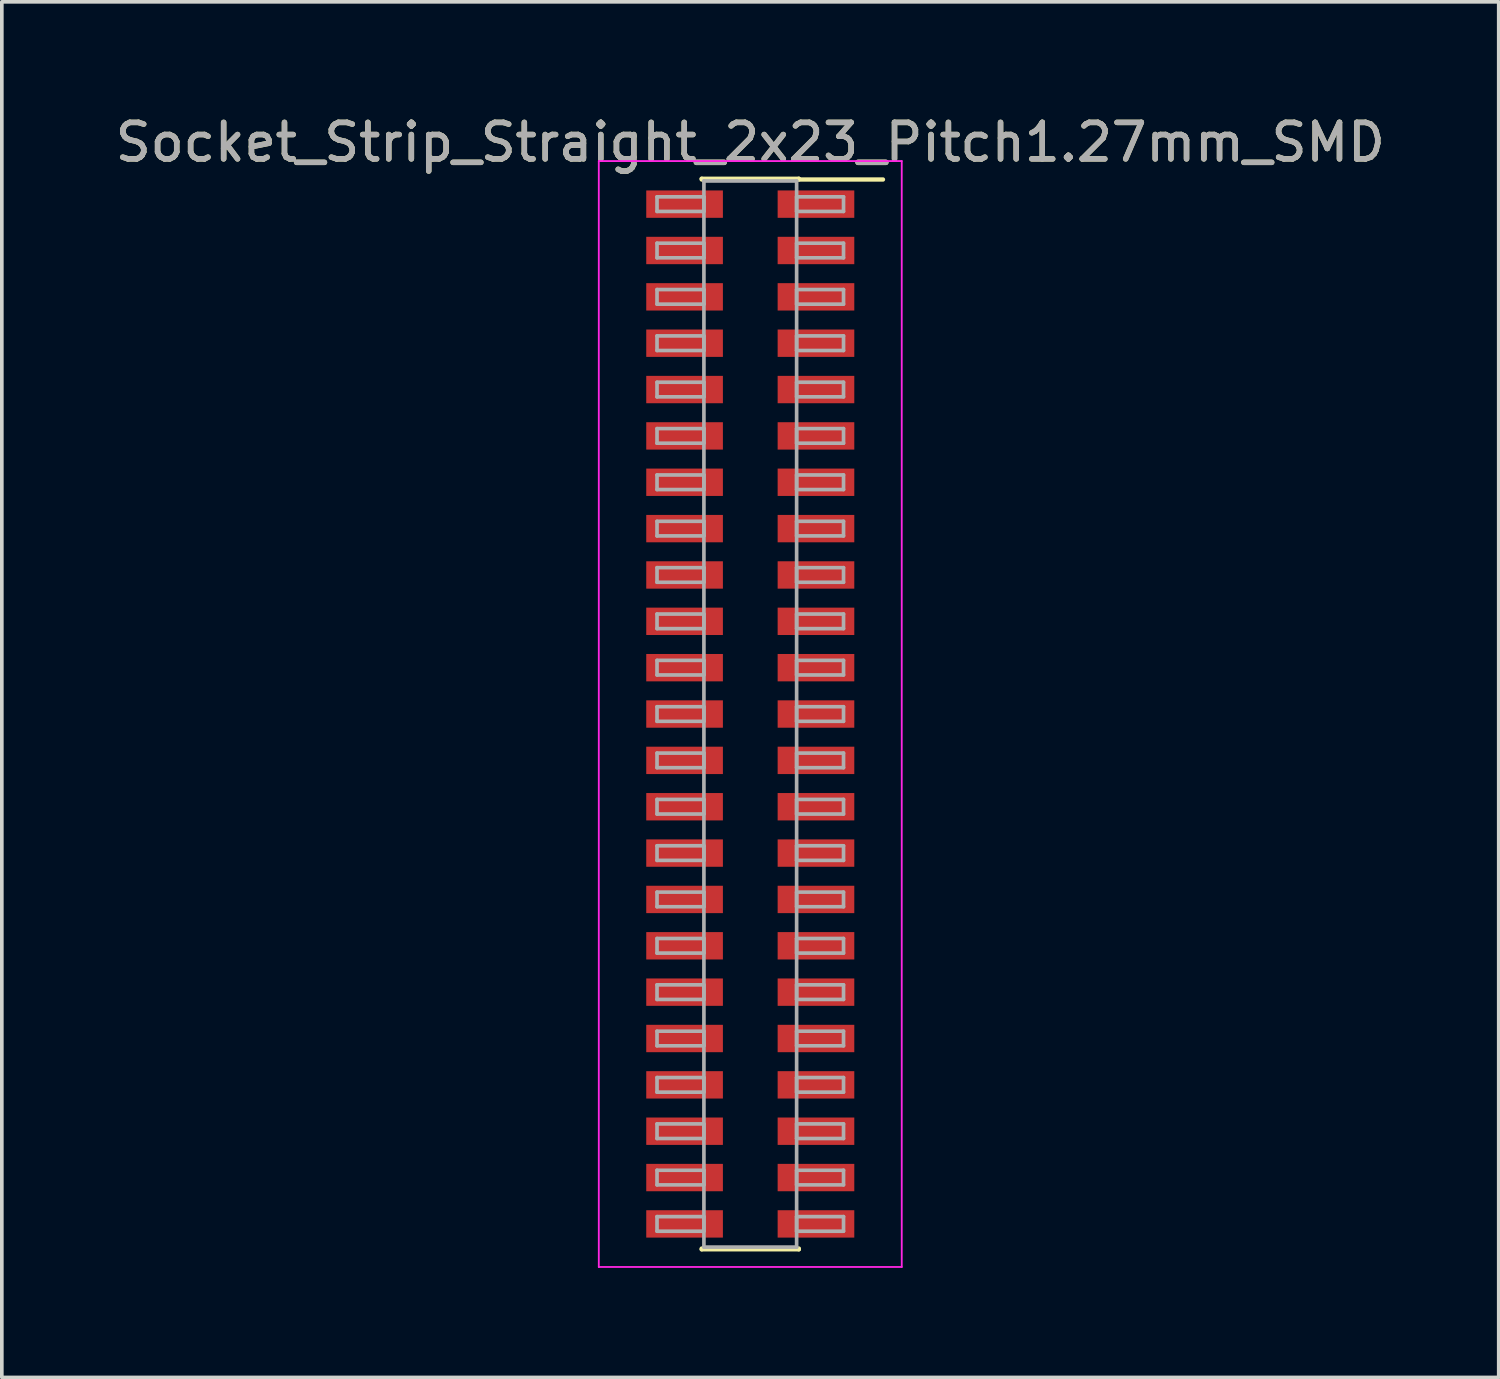
<source format=kicad_pcb>
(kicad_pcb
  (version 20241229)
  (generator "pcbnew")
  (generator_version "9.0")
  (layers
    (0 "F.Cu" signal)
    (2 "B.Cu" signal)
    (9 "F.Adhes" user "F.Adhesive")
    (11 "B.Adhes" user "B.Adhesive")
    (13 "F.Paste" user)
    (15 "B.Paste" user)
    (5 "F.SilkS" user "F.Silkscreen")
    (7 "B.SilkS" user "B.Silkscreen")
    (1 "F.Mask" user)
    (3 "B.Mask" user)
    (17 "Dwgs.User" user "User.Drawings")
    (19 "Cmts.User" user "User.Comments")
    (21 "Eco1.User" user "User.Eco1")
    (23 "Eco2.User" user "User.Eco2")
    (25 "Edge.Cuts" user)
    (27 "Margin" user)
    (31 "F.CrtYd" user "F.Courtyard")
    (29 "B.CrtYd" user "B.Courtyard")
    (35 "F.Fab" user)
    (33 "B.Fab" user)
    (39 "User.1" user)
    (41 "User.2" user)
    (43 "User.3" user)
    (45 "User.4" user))
  (footprint "Socket_Strip_Straight_2x23_Pitch1.27mm_SMD"
    (layer "F.Cu")
    (at 17.506 16.513)
    (property "Reference" "Socket_Strip_Straight_2x23_Pitch1.27mm_SMD" (at 0 -15.665 0) (layer "F.SilkS") (effects (font (size 1 1) (thickness 0.15))))
    (attr smd)
    (fp_line (start -1.33 -14.665) (end 1.33 -14.665) (stroke (width 0.12) (type solid)) (layer "F.SilkS"))
    (fp_line (start -1.33 -14.645) (end -1.33 -14.665) (stroke (width 0.12) (type solid)) (layer "F.SilkS"))
    (fp_line (start -1.33 14.645) (end -1.33 14.665) (stroke (width 0.12) (type solid)) (layer "F.SilkS"))
    (fp_line (start -1.33 14.665) (end 1.33 14.665) (stroke (width 0.12) (type solid)) (layer "F.SilkS"))
    (fp_line (start 1.33 -14.665) (end 1.33 -14.645) (stroke (width 0.12) (type solid)) (layer "F.SilkS"))
    (fp_line (start 1.33 14.665) (end 1.33 14.645) (stroke (width 0.12) (type solid)) (layer "F.SilkS"))
    (fp_line (start 3.635 -14.645) (end 1.33 -14.645) (stroke (width 0.12) (type solid)) (layer "F.SilkS"))
    (fp_line (start -4.15 -15.15) (end -4.15 15.15) (stroke (width 0.05) (type solid)) (layer "F.CrtYd"))
    (fp_line (start -4.15 15.15) (end 4.15 15.15) (stroke (width 0.05) (type solid)) (layer "F.CrtYd"))
    (fp_line (start 4.15 -15.15) (end -4.15 -15.15) (stroke (width 0.05) (type solid)) (layer "F.CrtYd"))
    (fp_line (start 4.15 15.15) (end 4.15 -15.15) (stroke (width 0.05) (type solid)) (layer "F.CrtYd"))
    (fp_line (start -2.555 -14.17) (end -1.27 -14.17) (stroke (width 0.1) (type solid)) (layer "F.Fab"))
    (fp_line (start -2.555 -13.77) (end -2.555 -14.17) (stroke (width 0.1) (type solid)) (layer "F.Fab"))
    (fp_line (start -2.555 -12.9) (end -1.27 -12.9) (stroke (width 0.1) (type solid)) (layer "F.Fab"))
    (fp_line (start -2.555 -12.5) (end -2.555 -12.9) (stroke (width 0.1) (type solid)) (layer "F.Fab"))
    (fp_line (start -2.555 -11.63) (end -1.27 -11.63) (stroke (width 0.1) (type solid)) (layer "F.Fab"))
    (fp_line (start -2.555 -11.23) (end -2.555 -11.63) (stroke (width 0.1) (type solid)) (layer "F.Fab"))
    (fp_line (start -2.555 -10.36) (end -1.27 -10.36) (stroke (width 0.1) (type solid)) (layer "F.Fab"))
    (fp_line (start -2.555 -9.96) (end -2.555 -10.36) (stroke (width 0.1) (type solid)) (layer "F.Fab"))
    (fp_line (start -2.555 -9.09) (end -1.27 -9.09) (stroke (width 0.1) (type solid)) (layer "F.Fab"))
    (fp_line (start -2.555 -8.69) (end -2.555 -9.09) (stroke (width 0.1) (type solid)) (layer "F.Fab"))
    (fp_line (start -2.555 -7.82) (end -1.27 -7.82) (stroke (width 0.1) (type solid)) (layer "F.Fab"))
    (fp_line (start -2.555 -7.42) (end -2.555 -7.82) (stroke (width 0.1) (type solid)) (layer "F.Fab"))
    (fp_line (start -2.555 -6.55) (end -1.27 -6.55) (stroke (width 0.1) (type solid)) (layer "F.Fab"))
    (fp_line (start -2.555 -6.15) (end -2.555 -6.55) (stroke (width 0.1) (type solid)) (layer "F.Fab"))
    (fp_line (start -2.555 -5.28) (end -1.27 -5.28) (stroke (width 0.1) (type solid)) (layer "F.Fab"))
    (fp_line (start -2.555 -4.88) (end -2.555 -5.28) (stroke (width 0.1) (type solid)) (layer "F.Fab"))
    (fp_line (start -2.555 -4.01) (end -1.27 -4.01) (stroke (width 0.1) (type solid)) (layer "F.Fab"))
    (fp_line (start -2.555 -3.61) (end -2.555 -4.01) (stroke (width 0.1) (type solid)) (layer "F.Fab"))
    (fp_line (start -2.555 -2.74) (end -1.27 -2.74) (stroke (width 0.1) (type solid)) (layer "F.Fab"))
    (fp_line (start -2.555 -2.34) (end -2.555 -2.74) (stroke (width 0.1) (type solid)) (layer "F.Fab"))
    (fp_line (start -2.555 -1.47) (end -1.27 -1.47) (stroke (width 0.1) (type solid)) (layer "F.Fab"))
    (fp_line (start -2.555 -1.07) (end -2.555 -1.47) (stroke (width 0.1) (type solid)) (layer "F.Fab"))
    (fp_line (start -2.555 -0.2) (end -1.27 -0.2) (stroke (width 0.1) (type solid)) (layer "F.Fab"))
    (fp_line (start -2.555 0.2) (end -2.555 -0.2) (stroke (width 0.1) (type solid)) (layer "F.Fab"))
    (fp_line (start -2.555 1.07) (end -1.27 1.07) (stroke (width 0.1) (type solid)) (layer "F.Fab"))
    (fp_line (start -2.555 1.47) (end -2.555 1.07) (stroke (width 0.1) (type solid)) (layer "F.Fab"))
    (fp_line (start -2.555 2.34) (end -1.27 2.34) (stroke (width 0.1) (type solid)) (layer "F.Fab"))
    (fp_line (start -2.555 2.74) (end -2.555 2.34) (stroke (width 0.1) (type solid)) (layer "F.Fab"))
    (fp_line (start -2.555 3.61) (end -1.27 3.61) (stroke (width 0.1) (type solid)) (layer "F.Fab"))
    (fp_line (start -2.555 4.01) (end -2.555 3.61) (stroke (width 0.1) (type solid)) (layer "F.Fab"))
    (fp_line (start -2.555 4.88) (end -1.27 4.88) (stroke (width 0.1) (type solid)) (layer "F.Fab"))
    (fp_line (start -2.555 5.28) (end -2.555 4.88) (stroke (width 0.1) (type solid)) (layer "F.Fab"))
    (fp_line (start -2.555 6.15) (end -1.27 6.15) (stroke (width 0.1) (type solid)) (layer "F.Fab"))
    (fp_line (start -2.555 6.55) (end -2.555 6.15) (stroke (width 0.1) (type solid)) (layer "F.Fab"))
    (fp_line (start -2.555 7.42) (end -1.27 7.42) (stroke (width 0.1) (type solid)) (layer "F.Fab"))
    (fp_line (start -2.555 7.82) (end -2.555 7.42) (stroke (width 0.1) (type solid)) (layer "F.Fab"))
    (fp_line (start -2.555 8.69) (end -1.27 8.69) (stroke (width 0.1) (type solid)) (layer "F.Fab"))
    (fp_line (start -2.555 9.09) (end -2.555 8.69) (stroke (width 0.1) (type solid)) (layer "F.Fab"))
    (fp_line (start -2.555 9.96) (end -1.27 9.96) (stroke (width 0.1) (type solid)) (layer "F.Fab"))
    (fp_line (start -2.555 10.36) (end -2.555 9.96) (stroke (width 0.1) (type solid)) (layer "F.Fab"))
    (fp_line (start -2.555 11.23) (end -1.27 11.23) (stroke (width 0.1) (type solid)) (layer "F.Fab"))
    (fp_line (start -2.555 11.63) (end -2.555 11.23) (stroke (width 0.1) (type solid)) (layer "F.Fab"))
    (fp_line (start -2.555 12.5) (end -1.27 12.5) (stroke (width 0.1) (type solid)) (layer "F.Fab"))
    (fp_line (start -2.555 12.9) (end -2.555 12.5) (stroke (width 0.1) (type solid)) (layer "F.Fab"))
    (fp_line (start -2.555 13.77) (end -1.27 13.77) (stroke (width 0.1) (type solid)) (layer "F.Fab"))
    (fp_line (start -2.555 14.17) (end -2.555 13.77) (stroke (width 0.1) (type solid)) (layer "F.Fab"))
    (fp_line (start -1.27 -14.605) (end -1.27 14.605) (stroke (width 0.1) (type solid)) (layer "F.Fab"))
    (fp_line (start -1.27 -14.17) (end -1.27 -13.77) (stroke (width 0.1) (type solid)) (layer "F.Fab"))
    (fp_line (start -1.27 -13.77) (end -2.555 -13.77) (stroke (width 0.1) (type solid)) (layer "F.Fab"))
    (fp_line (start -1.27 -12.9) (end -1.27 -12.5) (stroke (width 0.1) (type solid)) (layer "F.Fab"))
    (fp_line (start -1.27 -12.5) (end -2.555 -12.5) (stroke (width 0.1) (type solid)) (layer "F.Fab"))
    (fp_line (start -1.27 -11.63) (end -1.27 -11.23) (stroke (width 0.1) (type solid)) (layer "F.Fab"))
    (fp_line (start -1.27 -11.23) (end -2.555 -11.23) (stroke (width 0.1) (type solid)) (layer "F.Fab"))
    (fp_line (start -1.27 -10.36) (end -1.27 -9.96) (stroke (width 0.1) (type solid)) (layer "F.Fab"))
    (fp_line (start -1.27 -9.96) (end -2.555 -9.96) (stroke (width 0.1) (type solid)) (layer "F.Fab"))
    (fp_line (start -1.27 -9.09) (end -1.27 -8.69) (stroke (width 0.1) (type solid)) (layer "F.Fab"))
    (fp_line (start -1.27 -8.69) (end -2.555 -8.69) (stroke (width 0.1) (type solid)) (layer "F.Fab"))
    (fp_line (start -1.27 -7.82) (end -1.27 -7.42) (stroke (width 0.1) (type solid)) (layer "F.Fab"))
    (fp_line (start -1.27 -7.42) (end -2.555 -7.42) (stroke (width 0.1) (type solid)) (layer "F.Fab"))
    (fp_line (start -1.27 -6.55) (end -1.27 -6.15) (stroke (width 0.1) (type solid)) (layer "F.Fab"))
    (fp_line (start -1.27 -6.15) (end -2.555 -6.15) (stroke (width 0.1) (type solid)) (layer "F.Fab"))
    (fp_line (start -1.27 -5.28) (end -1.27 -4.88) (stroke (width 0.1) (type solid)) (layer "F.Fab"))
    (fp_line (start -1.27 -4.88) (end -2.555 -4.88) (stroke (width 0.1) (type solid)) (layer "F.Fab"))
    (fp_line (start -1.27 -4.01) (end -1.27 -3.61) (stroke (width 0.1) (type solid)) (layer "F.Fab"))
    (fp_line (start -1.27 -3.61) (end -2.555 -3.61) (stroke (width 0.1) (type solid)) (layer "F.Fab"))
    (fp_line (start -1.27 -2.74) (end -1.27 -2.34) (stroke (width 0.1) (type solid)) (layer "F.Fab"))
    (fp_line (start -1.27 -2.34) (end -2.555 -2.34) (stroke (width 0.1) (type solid)) (layer "F.Fab"))
    (fp_line (start -1.27 -1.47) (end -1.27 -1.07) (stroke (width 0.1) (type solid)) (layer "F.Fab"))
    (fp_line (start -1.27 -1.07) (end -2.555 -1.07) (stroke (width 0.1) (type solid)) (layer "F.Fab"))
    (fp_line (start -1.27 -0.2) (end -1.27 0.2) (stroke (width 0.1) (type solid)) (layer "F.Fab"))
    (fp_line (start -1.27 0.2) (end -2.555 0.2) (stroke (width 0.1) (type solid)) (layer "F.Fab"))
    (fp_line (start -1.27 1.07) (end -1.27 1.47) (stroke (width 0.1) (type solid)) (layer "F.Fab"))
    (fp_line (start -1.27 1.47) (end -2.555 1.47) (stroke (width 0.1) (type solid)) (layer "F.Fab"))
    (fp_line (start -1.27 2.34) (end -1.27 2.74) (stroke (width 0.1) (type solid)) (layer "F.Fab"))
    (fp_line (start -1.27 2.74) (end -2.555 2.74) (stroke (width 0.1) (type solid)) (layer "F.Fab"))
    (fp_line (start -1.27 3.61) (end -1.27 4.01) (stroke (width 0.1) (type solid)) (layer "F.Fab"))
    (fp_line (start -1.27 4.01) (end -2.555 4.01) (stroke (width 0.1) (type solid)) (layer "F.Fab"))
    (fp_line (start -1.27 4.88) (end -1.27 5.28) (stroke (width 0.1) (type solid)) (layer "F.Fab"))
    (fp_line (start -1.27 5.28) (end -2.555 5.28) (stroke (width 0.1) (type solid)) (layer "F.Fab"))
    (fp_line (start -1.27 6.15) (end -1.27 6.55) (stroke (width 0.1) (type solid)) (layer "F.Fab"))
    (fp_line (start -1.27 6.55) (end -2.555 6.55) (stroke (width 0.1) (type solid)) (layer "F.Fab"))
    (fp_line (start -1.27 7.42) (end -1.27 7.82) (stroke (width 0.1) (type solid)) (layer "F.Fab"))
    (fp_line (start -1.27 7.82) (end -2.555 7.82) (stroke (width 0.1) (type solid)) (layer "F.Fab"))
    (fp_line (start -1.27 8.69) (end -1.27 9.09) (stroke (width 0.1) (type solid)) (layer "F.Fab"))
    (fp_line (start -1.27 9.09) (end -2.555 9.09) (stroke (width 0.1) (type solid)) (layer "F.Fab"))
    (fp_line (start -1.27 9.96) (end -1.27 10.36) (stroke (width 0.1) (type solid)) (layer "F.Fab"))
    (fp_line (start -1.27 10.36) (end -2.555 10.36) (stroke (width 0.1) (type solid)) (layer "F.Fab"))
    (fp_line (start -1.27 11.23) (end -1.27 11.63) (stroke (width 0.1) (type solid)) (layer "F.Fab"))
    (fp_line (start -1.27 11.63) (end -2.555 11.63) (stroke (width 0.1) (type solid)) (layer "F.Fab"))
    (fp_line (start -1.27 12.5) (end -1.27 12.9) (stroke (width 0.1) (type solid)) (layer "F.Fab"))
    (fp_line (start -1.27 12.9) (end -2.555 12.9) (stroke (width 0.1) (type solid)) (layer "F.Fab"))
    (fp_line (start -1.27 13.77) (end -1.27 14.17) (stroke (width 0.1) (type solid)) (layer "F.Fab"))
    (fp_line (start -1.27 14.17) (end -2.555 14.17) (stroke (width 0.1) (type solid)) (layer "F.Fab"))
    (fp_line (start -1.27 14.605) (end 1.27 14.605) (stroke (width 0.1) (type solid)) (layer "F.Fab"))
    (fp_line (start 1.27 -14.605) (end -1.27 -14.605) (stroke (width 0.1) (type solid)) (layer "F.Fab"))
    (fp_line (start 1.27 -14.17) (end 1.27 -13.77) (stroke (width 0.1) (type solid)) (layer "F.Fab"))
    (fp_line (start 1.27 -13.77) (end 2.555 -13.77) (stroke (width 0.1) (type solid)) (layer "F.Fab"))
    (fp_line (start 1.27 -12.9) (end 1.27 -12.5) (stroke (width 0.1) (type solid)) (layer "F.Fab"))
    (fp_line (start 1.27 -12.5) (end 2.555 -12.5) (stroke (width 0.1) (type solid)) (layer "F.Fab"))
    (fp_line (start 1.27 -11.63) (end 1.27 -11.23) (stroke (width 0.1) (type solid)) (layer "F.Fab"))
    (fp_line (start 1.27 -11.23) (end 2.555 -11.23) (stroke (width 0.1) (type solid)) (layer "F.Fab"))
    (fp_line (start 1.27 -10.36) (end 1.27 -9.96) (stroke (width 0.1) (type solid)) (layer "F.Fab"))
    (fp_line (start 1.27 -9.96) (end 2.555 -9.96) (stroke (width 0.1) (type solid)) (layer "F.Fab"))
    (fp_line (start 1.27 -9.09) (end 1.27 -8.69) (stroke (width 0.1) (type solid)) (layer "F.Fab"))
    (fp_line (start 1.27 -8.69) (end 2.555 -8.69) (stroke (width 0.1) (type solid)) (layer "F.Fab"))
    (fp_line (start 1.27 -7.82) (end 1.27 -7.42) (stroke (width 0.1) (type solid)) (layer "F.Fab"))
    (fp_line (start 1.27 -7.42) (end 2.555 -7.42) (stroke (width 0.1) (type solid)) (layer "F.Fab"))
    (fp_line (start 1.27 -6.55) (end 1.27 -6.15) (stroke (width 0.1) (type solid)) (layer "F.Fab"))
    (fp_line (start 1.27 -6.15) (end 2.555 -6.15) (stroke (width 0.1) (type solid)) (layer "F.Fab"))
    (fp_line (start 1.27 -5.28) (end 1.27 -4.88) (stroke (width 0.1) (type solid)) (layer "F.Fab"))
    (fp_line (start 1.27 -4.88) (end 2.555 -4.88) (stroke (width 0.1) (type solid)) (layer "F.Fab"))
    (fp_line (start 1.27 -4.01) (end 1.27 -3.61) (stroke (width 0.1) (type solid)) (layer "F.Fab"))
    (fp_line (start 1.27 -3.61) (end 2.555 -3.61) (stroke (width 0.1) (type solid)) (layer "F.Fab"))
    (fp_line (start 1.27 -2.74) (end 1.27 -2.34) (stroke (width 0.1) (type solid)) (layer "F.Fab"))
    (fp_line (start 1.27 -2.34) (end 2.555 -2.34) (stroke (width 0.1) (type solid)) (layer "F.Fab"))
    (fp_line (start 1.27 -1.47) (end 1.27 -1.07) (stroke (width 0.1) (type solid)) (layer "F.Fab"))
    (fp_line (start 1.27 -1.07) (end 2.555 -1.07) (stroke (width 0.1) (type solid)) (layer "F.Fab"))
    (fp_line (start 1.27 -0.2) (end 1.27 0.2) (stroke (width 0.1) (type solid)) (layer "F.Fab"))
    (fp_line (start 1.27 0.2) (end 2.555 0.2) (stroke (width 0.1) (type solid)) (layer "F.Fab"))
    (fp_line (start 1.27 1.07) (end 1.27 1.47) (stroke (width 0.1) (type solid)) (layer "F.Fab"))
    (fp_line (start 1.27 1.47) (end 2.555 1.47) (stroke (width 0.1) (type solid)) (layer "F.Fab"))
    (fp_line (start 1.27 2.34) (end 1.27 2.74) (stroke (width 0.1) (type solid)) (layer "F.Fab"))
    (fp_line (start 1.27 2.74) (end 2.555 2.74) (stroke (width 0.1) (type solid)) (layer "F.Fab"))
    (fp_line (start 1.27 3.61) (end 1.27 4.01) (stroke (width 0.1) (type solid)) (layer "F.Fab"))
    (fp_line (start 1.27 4.01) (end 2.555 4.01) (stroke (width 0.1) (type solid)) (layer "F.Fab"))
    (fp_line (start 1.27 4.88) (end 1.27 5.28) (stroke (width 0.1) (type solid)) (layer "F.Fab"))
    (fp_line (start 1.27 5.28) (end 2.555 5.28) (stroke (width 0.1) (type solid)) (layer "F.Fab"))
    (fp_line (start 1.27 6.15) (end 1.27 6.55) (stroke (width 0.1) (type solid)) (layer "F.Fab"))
    (fp_line (start 1.27 6.55) (end 2.555 6.55) (stroke (width 0.1) (type solid)) (layer "F.Fab"))
    (fp_line (start 1.27 7.42) (end 1.27 7.82) (stroke (width 0.1) (type solid)) (layer "F.Fab"))
    (fp_line (start 1.27 7.82) (end 2.555 7.82) (stroke (width 0.1) (type solid)) (layer "F.Fab"))
    (fp_line (start 1.27 8.69) (end 1.27 9.09) (stroke (width 0.1) (type solid)) (layer "F.Fab"))
    (fp_line (start 1.27 9.09) (end 2.555 9.09) (stroke (width 0.1) (type solid)) (layer "F.Fab"))
    (fp_line (start 1.27 9.96) (end 1.27 10.36) (stroke (width 0.1) (type solid)) (layer "F.Fab"))
    (fp_line (start 1.27 10.36) (end 2.555 10.36) (stroke (width 0.1) (type solid)) (layer "F.Fab"))
    (fp_line (start 1.27 11.23) (end 1.27 11.63) (stroke (width 0.1) (type solid)) (layer "F.Fab"))
    (fp_line (start 1.27 11.63) (end 2.555 11.63) (stroke (width 0.1) (type solid)) (layer "F.Fab"))
    (fp_line (start 1.27 12.5) (end 1.27 12.9) (stroke (width 0.1) (type solid)) (layer "F.Fab"))
    (fp_line (start 1.27 12.9) (end 2.555 12.9) (stroke (width 0.1) (type solid)) (layer "F.Fab"))
    (fp_line (start 1.27 13.77) (end 1.27 14.17) (stroke (width 0.1) (type solid)) (layer "F.Fab"))
    (fp_line (start 1.27 14.17) (end 2.555 14.17) (stroke (width 0.1) (type solid)) (layer "F.Fab"))
    (fp_line (start 1.27 14.605) (end 1.27 -14.605) (stroke (width 0.1) (type solid)) (layer "F.Fab"))
    (fp_line (start 2.555 -14.17) (end 1.27 -14.17) (stroke (width 0.1) (type solid)) (layer "F.Fab"))
    (fp_line (start 2.555 -13.77) (end 2.555 -14.17) (stroke (width 0.1) (type solid)) (layer "F.Fab"))
    (fp_line (start 2.555 -12.9) (end 1.27 -12.9) (stroke (width 0.1) (type solid)) (layer "F.Fab"))
    (fp_line (start 2.555 -12.5) (end 2.555 -12.9) (stroke (width 0.1) (type solid)) (layer "F.Fab"))
    (fp_line (start 2.555 -11.63) (end 1.27 -11.63) (stroke (width 0.1) (type solid)) (layer "F.Fab"))
    (fp_line (start 2.555 -11.23) (end 2.555 -11.63) (stroke (width 0.1) (type solid)) (layer "F.Fab"))
    (fp_line (start 2.555 -10.36) (end 1.27 -10.36) (stroke (width 0.1) (type solid)) (layer "F.Fab"))
    (fp_line (start 2.555 -9.96) (end 2.555 -10.36) (stroke (width 0.1) (type solid)) (layer "F.Fab"))
    (fp_line (start 2.555 -9.09) (end 1.27 -9.09) (stroke (width 0.1) (type solid)) (layer "F.Fab"))
    (fp_line (start 2.555 -8.69) (end 2.555 -9.09) (stroke (width 0.1) (type solid)) (layer "F.Fab"))
    (fp_line (start 2.555 -7.82) (end 1.27 -7.82) (stroke (width 0.1) (type solid)) (layer "F.Fab"))
    (fp_line (start 2.555 -7.42) (end 2.555 -7.82) (stroke (width 0.1) (type solid)) (layer "F.Fab"))
    (fp_line (start 2.555 -6.55) (end 1.27 -6.55) (stroke (width 0.1) (type solid)) (layer "F.Fab"))
    (fp_line (start 2.555 -6.15) (end 2.555 -6.55) (stroke (width 0.1) (type solid)) (layer "F.Fab"))
    (fp_line (start 2.555 -5.28) (end 1.27 -5.28) (stroke (width 0.1) (type solid)) (layer "F.Fab"))
    (fp_line (start 2.555 -4.88) (end 2.555 -5.28) (stroke (width 0.1) (type solid)) (layer "F.Fab"))
    (fp_line (start 2.555 -4.01) (end 1.27 -4.01) (stroke (width 0.1) (type solid)) (layer "F.Fab"))
    (fp_line (start 2.555 -3.61) (end 2.555 -4.01) (stroke (width 0.1) (type solid)) (layer "F.Fab"))
    (fp_line (start 2.555 -2.74) (end 1.27 -2.74) (stroke (width 0.1) (type solid)) (layer "F.Fab"))
    (fp_line (start 2.555 -2.34) (end 2.555 -2.74) (stroke (width 0.1) (type solid)) (layer "F.Fab"))
    (fp_line (start 2.555 -1.47) (end 1.27 -1.47) (stroke (width 0.1) (type solid)) (layer "F.Fab"))
    (fp_line (start 2.555 -1.07) (end 2.555 -1.47) (stroke (width 0.1) (type solid)) (layer "F.Fab"))
    (fp_line (start 2.555 -0.2) (end 1.27 -0.2) (stroke (width 0.1) (type solid)) (layer "F.Fab"))
    (fp_line (start 2.555 0.2) (end 2.555 -0.2) (stroke (width 0.1) (type solid)) (layer "F.Fab"))
    (fp_line (start 2.555 1.07) (end 1.27 1.07) (stroke (width 0.1) (type solid)) (layer "F.Fab"))
    (fp_line (start 2.555 1.47) (end 2.555 1.07) (stroke (width 0.1) (type solid)) (layer "F.Fab"))
    (fp_line (start 2.555 2.34) (end 1.27 2.34) (stroke (width 0.1) (type solid)) (layer "F.Fab"))
    (fp_line (start 2.555 2.74) (end 2.555 2.34) (stroke (width 0.1) (type solid)) (layer "F.Fab"))
    (fp_line (start 2.555 3.61) (end 1.27 3.61) (stroke (width 0.1) (type solid)) (layer "F.Fab"))
    (fp_line (start 2.555 4.01) (end 2.555 3.61) (stroke (width 0.1) (type solid)) (layer "F.Fab"))
    (fp_line (start 2.555 4.88) (end 1.27 4.88) (stroke (width 0.1) (type solid)) (layer "F.Fab"))
    (fp_line (start 2.555 5.28) (end 2.555 4.88) (stroke (width 0.1) (type solid)) (layer "F.Fab"))
    (fp_line (start 2.555 6.15) (end 1.27 6.15) (stroke (width 0.1) (type solid)) (layer "F.Fab"))
    (fp_line (start 2.555 6.55) (end 2.555 6.15) (stroke (width 0.1) (type solid)) (layer "F.Fab"))
    (fp_line (start 2.555 7.42) (end 1.27 7.42) (stroke (width 0.1) (type solid)) (layer "F.Fab"))
    (fp_line (start 2.555 7.82) (end 2.555 7.42) (stroke (width 0.1) (type solid)) (layer "F.Fab"))
    (fp_line (start 2.555 8.69) (end 1.27 8.69) (stroke (width 0.1) (type solid)) (layer "F.Fab"))
    (fp_line (start 2.555 9.09) (end 2.555 8.69) (stroke (width 0.1) (type solid)) (layer "F.Fab"))
    (fp_line (start 2.555 9.96) (end 1.27 9.96) (stroke (width 0.1) (type solid)) (layer "F.Fab"))
    (fp_line (start 2.555 10.36) (end 2.555 9.96) (stroke (width 0.1) (type solid)) (layer "F.Fab"))
    (fp_line (start 2.555 11.23) (end 1.27 11.23) (stroke (width 0.1) (type solid)) (layer "F.Fab"))
    (fp_line (start 2.555 11.63) (end 2.555 11.23) (stroke (width 0.1) (type solid)) (layer "F.Fab"))
    (fp_line (start 2.555 12.5) (end 1.27 12.5) (stroke (width 0.1) (type solid)) (layer "F.Fab"))
    (fp_line (start 2.555 12.9) (end 2.555 12.5) (stroke (width 0.1) (type solid)) (layer "F.Fab"))
    (fp_line (start 2.555 13.77) (end 1.27 13.77) (stroke (width 0.1) (type solid)) (layer "F.Fab"))
    (fp_line (start 2.555 14.17) (end 2.555 13.77) (stroke (width 0.1) (type solid)) (layer "F.Fab"))
    (fp_text user "${REFERENCE}" (at 0 -15.665 0) (layer "F.Fab") (effects (font (size 1 1) (thickness 0.15))))
    (pad "1" smd rect (at 1.8 -13.97) (size 2.1 0.75) (layers "F.Cu" "F.Mask" "F.Paste"))
    (pad "2" smd rect (at -1.8 -13.97) (size 2.1 0.75) (layers "F.Cu" "F.Mask" "F.Paste"))
    (pad "3" smd rect (at 1.8 -12.7) (size 2.1 0.75) (layers "F.Cu" "F.Mask" "F.Paste"))
    (pad "4" smd rect (at -1.8 -12.7) (size 2.1 0.75) (layers "F.Cu" "F.Mask" "F.Paste"))
    (pad "5" smd rect (at 1.8 -11.43) (size 2.1 0.75) (layers "F.Cu" "F.Mask" "F.Paste"))
    (pad "6" smd rect (at -1.8 -11.43) (size 2.1 0.75) (layers "F.Cu" "F.Mask" "F.Paste"))
    (pad "7" smd rect (at 1.8 -10.16) (size 2.1 0.75) (layers "F.Cu" "F.Mask" "F.Paste"))
    (pad "8" smd rect (at -1.8 -10.16) (size 2.1 0.75) (layers "F.Cu" "F.Mask" "F.Paste"))
    (pad "9" smd rect (at 1.8 -8.89) (size 2.1 0.75) (layers "F.Cu" "F.Mask" "F.Paste"))
    (pad "10" smd rect (at -1.8 -8.89) (size 2.1 0.75) (layers "F.Cu" "F.Mask" "F.Paste"))
    (pad "11" smd rect (at 1.8 -7.62) (size 2.1 0.75) (layers "F.Cu" "F.Mask" "F.Paste"))
    (pad "12" smd rect (at -1.8 -7.62) (size 2.1 0.75) (layers "F.Cu" "F.Mask" "F.Paste"))
    (pad "13" smd rect (at 1.8 -6.35) (size 2.1 0.75) (layers "F.Cu" "F.Mask" "F.Paste"))
    (pad "14" smd rect (at -1.8 -6.35) (size 2.1 0.75) (layers "F.Cu" "F.Mask" "F.Paste"))
    (pad "15" smd rect (at 1.8 -5.08) (size 2.1 0.75) (layers "F.Cu" "F.Mask" "F.Paste"))
    (pad "16" smd rect (at -1.8 -5.08) (size 2.1 0.75) (layers "F.Cu" "F.Mask" "F.Paste"))
    (pad "17" smd rect (at 1.8 -3.81) (size 2.1 0.75) (layers "F.Cu" "F.Mask" "F.Paste"))
    (pad "18" smd rect (at -1.8 -3.81) (size 2.1 0.75) (layers "F.Cu" "F.Mask" "F.Paste"))
    (pad "19" smd rect (at 1.8 -2.54) (size 2.1 0.75) (layers "F.Cu" "F.Mask" "F.Paste"))
    (pad "20" smd rect (at -1.8 -2.54) (size 2.1 0.75) (layers "F.Cu" "F.Mask" "F.Paste"))
    (pad "21" smd rect (at 1.8 -1.27) (size 2.1 0.75) (layers "F.Cu" "F.Mask" "F.Paste"))
    (pad "22" smd rect (at -1.8 -1.27) (size 2.1 0.75) (layers "F.Cu" "F.Mask" "F.Paste"))
    (pad "23" smd rect (at 1.8 0) (size 2.1 0.75) (layers "F.Cu" "F.Mask" "F.Paste"))
    (pad "24" smd rect (at -1.8 0) (size 2.1 0.75) (layers "F.Cu" "F.Mask" "F.Paste"))
    (pad "25" smd rect (at 1.8 1.27) (size 2.1 0.75) (layers "F.Cu" "F.Mask" "F.Paste"))
    (pad "26" smd rect (at -1.8 1.27) (size 2.1 0.75) (layers "F.Cu" "F.Mask" "F.Paste"))
    (pad "27" smd rect (at 1.8 2.54) (size 2.1 0.75) (layers "F.Cu" "F.Mask" "F.Paste"))
    (pad "28" smd rect (at -1.8 2.54) (size 2.1 0.75) (layers "F.Cu" "F.Mask" "F.Paste"))
    (pad "29" smd rect (at 1.8 3.81) (size 2.1 0.75) (layers "F.Cu" "F.Mask" "F.Paste"))
    (pad "30" smd rect (at -1.8 3.81) (size 2.1 0.75) (layers "F.Cu" "F.Mask" "F.Paste"))
    (pad "31" smd rect (at 1.8 5.08) (size 2.1 0.75) (layers "F.Cu" "F.Mask" "F.Paste"))
    (pad "32" smd rect (at -1.8 5.08) (size 2.1 0.75) (layers "F.Cu" "F.Mask" "F.Paste"))
    (pad "33" smd rect (at 1.8 6.35) (size 2.1 0.75) (layers "F.Cu" "F.Mask" "F.Paste"))
    (pad "34" smd rect (at -1.8 6.35) (size 2.1 0.75) (layers "F.Cu" "F.Mask" "F.Paste"))
    (pad "35" smd rect (at 1.8 7.62) (size 2.1 0.75) (layers "F.Cu" "F.Mask" "F.Paste"))
    (pad "36" smd rect (at -1.8 7.62) (size 2.1 0.75) (layers "F.Cu" "F.Mask" "F.Paste"))
    (pad "37" smd rect (at 1.8 8.89) (size 2.1 0.75) (layers "F.Cu" "F.Mask" "F.Paste"))
    (pad "38" smd rect (at -1.8 8.89) (size 2.1 0.75) (layers "F.Cu" "F.Mask" "F.Paste"))
    (pad "39" smd rect (at 1.8 10.16) (size 2.1 0.75) (layers "F.Cu" "F.Mask" "F.Paste"))
    (pad "40" smd rect (at -1.8 10.16) (size 2.1 0.75) (layers "F.Cu" "F.Mask" "F.Paste"))
    (pad "41" smd rect (at 1.8 11.43) (size 2.1 0.75) (layers "F.Cu" "F.Mask" "F.Paste"))
    (pad "42" smd rect (at -1.8 11.43) (size 2.1 0.75) (layers "F.Cu" "F.Mask" "F.Paste"))
    (pad "43" smd rect (at 1.8 12.7) (size 2.1 0.75) (layers "F.Cu" "F.Mask" "F.Paste"))
    (pad "44" smd rect (at -1.8 12.7) (size 2.1 0.75) (layers "F.Cu" "F.Mask" "F.Paste"))
    (pad "45" smd rect (at 1.8 13.97) (size 2.1 0.75) (layers "F.Cu" "F.Mask" "F.Paste"))
    (pad "46" smd rect (at -1.8 13.97) (size 2.1 0.75) (layers "F.Cu" "F.Mask" "F.Paste")))
  (gr_rect
    (start -3 -3)
    (end 38.012 34.688)
    (stroke (width 0.1) (type default))
    (fill no)
    (layer "Edge.Cuts")))
</source>
